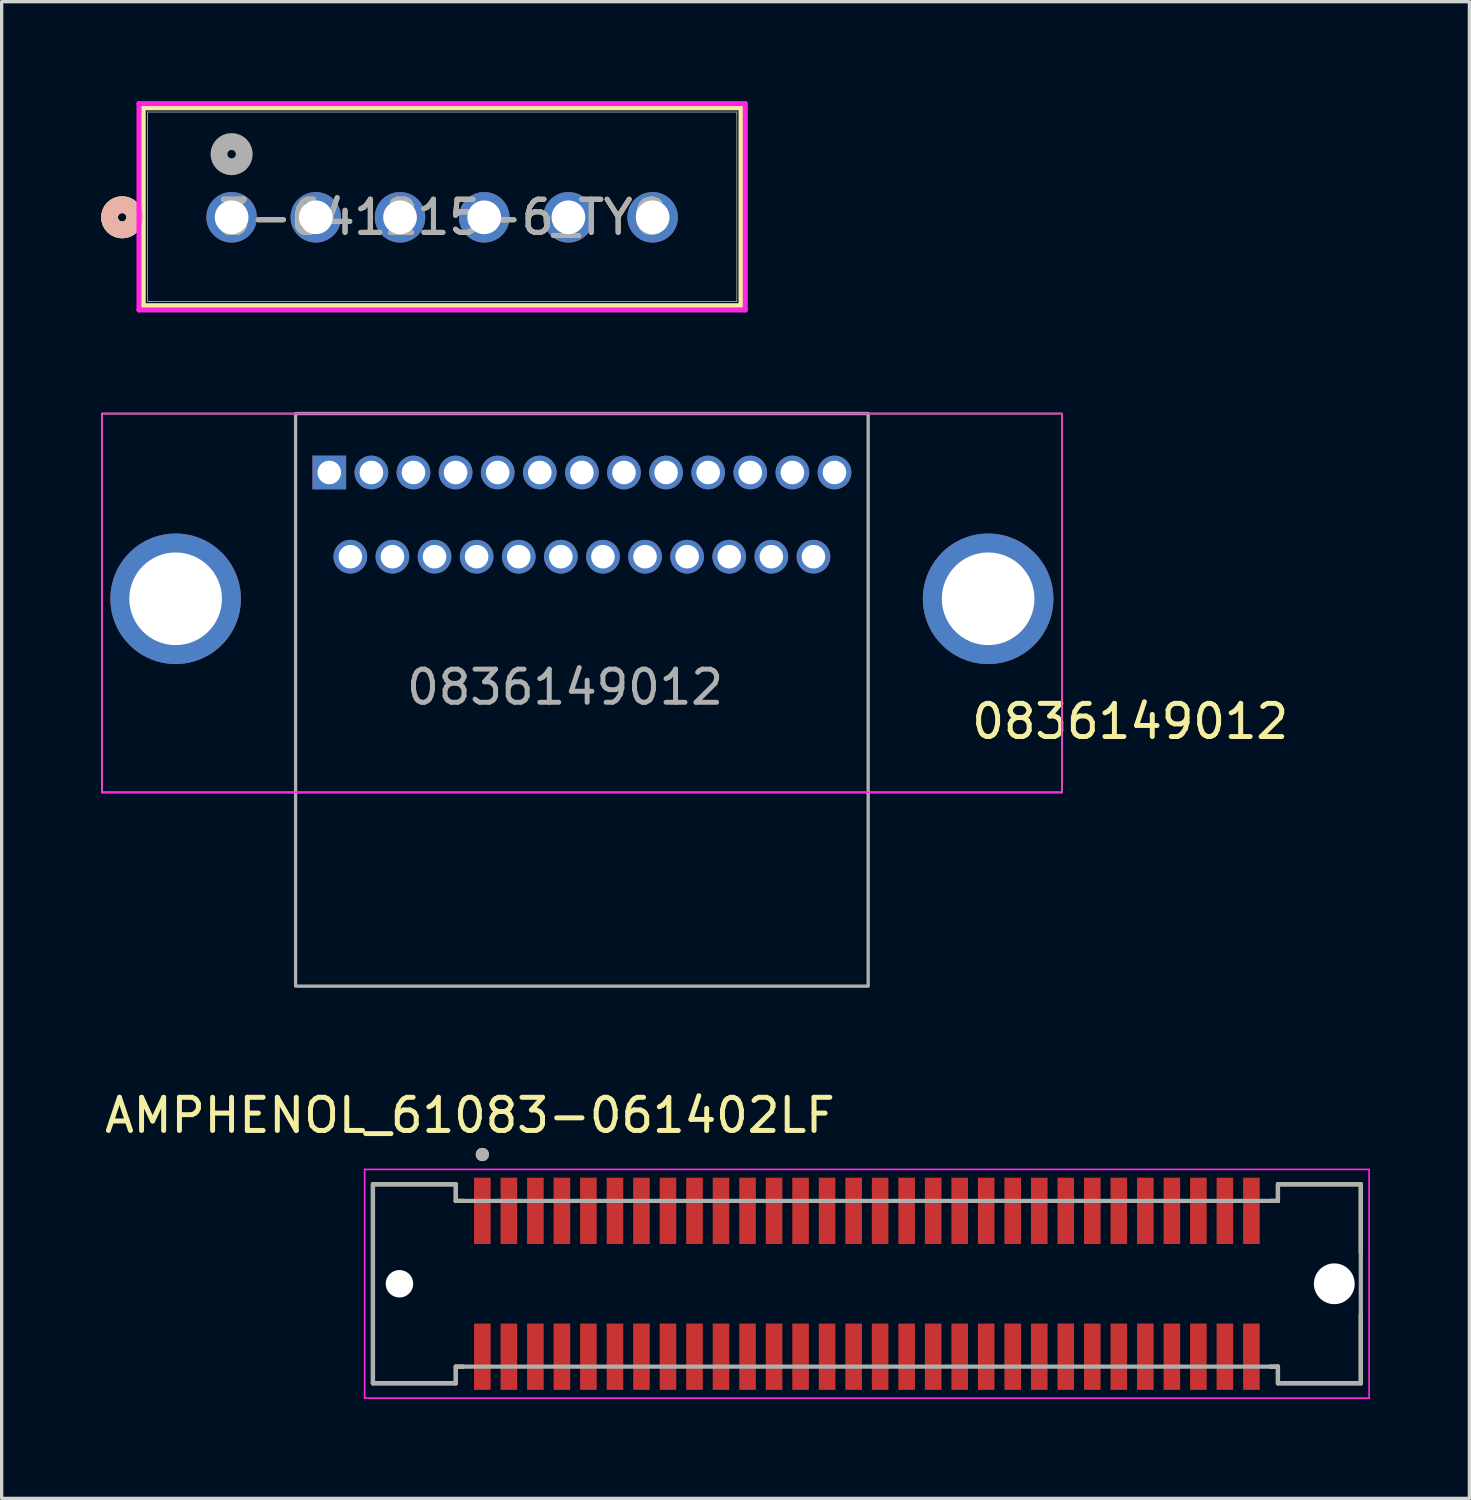
<source format=kicad_pcb>
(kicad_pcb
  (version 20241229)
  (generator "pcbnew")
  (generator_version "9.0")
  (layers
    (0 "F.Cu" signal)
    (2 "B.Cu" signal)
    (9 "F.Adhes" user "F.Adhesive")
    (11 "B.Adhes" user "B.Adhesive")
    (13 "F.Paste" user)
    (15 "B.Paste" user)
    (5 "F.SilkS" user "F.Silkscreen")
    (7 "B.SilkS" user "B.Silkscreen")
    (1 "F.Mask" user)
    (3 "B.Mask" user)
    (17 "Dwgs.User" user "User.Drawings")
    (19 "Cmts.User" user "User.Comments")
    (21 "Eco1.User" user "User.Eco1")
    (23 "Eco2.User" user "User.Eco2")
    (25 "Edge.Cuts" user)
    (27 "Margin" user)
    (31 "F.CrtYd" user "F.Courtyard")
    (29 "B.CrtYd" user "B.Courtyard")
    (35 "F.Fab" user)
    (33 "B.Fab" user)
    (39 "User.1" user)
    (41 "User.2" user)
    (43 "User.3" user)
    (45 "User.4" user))
  (footprint "AMPHENOL_61083-061402LF"
    (layer "F.Cu")
    (at 23.1 35.676)
    (property "Reference" "AMPHENOL_61083-061402LF" (at -11.975 -5.08 0) (layer "F.SilkS") (effects (font (size 1 1) (thickness 0.15))))
    (attr smd)
    (fp_line (start -14.9 -3) (end -14.9 3) (stroke (width 0.127) (type solid)) (layer "F.SilkS"))
    (fp_line (start -14.9 3) (end -12.4 3) (stroke (width 0.127) (type solid)) (layer "F.SilkS"))
    (fp_line (start -12.4 -3) (end -14.9 -3) (stroke (width 0.127) (type solid)) (layer "F.SilkS"))
    (fp_line (start -12.4 -2.5) (end -12.4 -3) (stroke (width 0.127) (type solid)) (layer "F.SilkS"))
    (fp_line (start -12.4 2.5) (end -12.17 2.5) (stroke (width 0.127) (type solid)) (layer "F.SilkS"))
    (fp_line (start -12.4 3) (end -12.4 2.5) (stroke (width 0.127) (type solid)) (layer "F.SilkS"))
    (fp_line (start -12.17 -2.5) (end -12.4 -2.5) (stroke (width 0.127) (type solid)) (layer "F.SilkS"))
    (fp_line (start 12.17 2.5) (end 12.4 2.5) (stroke (width 0.127) (type solid)) (layer "F.SilkS"))
    (fp_line (start 12.4 -3) (end 12.4 -2.5) (stroke (width 0.127) (type solid)) (layer "F.SilkS"))
    (fp_line (start 12.4 -2.5) (end 12.17 -2.5) (stroke (width 0.127) (type solid)) (layer "F.SilkS"))
    (fp_line (start 12.4 2.5) (end 12.4 3) (stroke (width 0.127) (type solid)) (layer "F.SilkS"))
    (fp_line (start 12.4 3) (end 14.9 3) (stroke (width 0.127) (type solid)) (layer "F.SilkS"))
    (fp_line (start 14.9 -3) (end 12.4 -3) (stroke (width 0.127) (type solid)) (layer "F.SilkS"))
    (fp_line (start 14.9 -0.935) (end 14.9 -3) (stroke (width 0.127) (type solid)) (layer "F.SilkS"))
    (fp_line (start 14.9 3) (end 14.9 0.935) (stroke (width 0.127) (type solid)) (layer "F.SilkS"))
    (fp_circle (center -11.6 -3.9) (end -11.5 -3.9) (stroke (width 0.2) (type solid)) (fill no) (layer "F.SilkS"))
    (fp_line (start -15.15 -3.45) (end -15.15 3.45) (stroke (width 0.05) (type solid)) (layer "F.CrtYd"))
    (fp_line (start -15.15 3.45) (end 15.15 3.45) (stroke (width 0.05) (type solid)) (layer "F.CrtYd"))
    (fp_line (start 15.15 -3.45) (end -15.15 -3.45) (stroke (width 0.05) (type solid)) (layer "F.CrtYd"))
    (fp_line (start 15.15 3.45) (end 15.15 -3.45) (stroke (width 0.05) (type solid)) (layer "F.CrtYd"))
    (fp_line (start -14.9 -3) (end -14.9 3) (stroke (width 0.127) (type solid)) (layer "F.Fab"))
    (fp_line (start -14.9 3) (end -12.4 3) (stroke (width 0.127) (type solid)) (layer "F.Fab"))
    (fp_line (start -12.4 -3) (end -14.9 -3) (stroke (width 0.127) (type solid)) (layer "F.Fab"))
    (fp_line (start -12.4 -2.5) (end -12.4 -3) (stroke (width 0.127) (type solid)) (layer "F.Fab"))
    (fp_line (start -12.4 2.5) (end 12.4 2.5) (stroke (width 0.127) (type solid)) (layer "F.Fab"))
    (fp_line (start -12.4 3) (end -12.4 2.5) (stroke (width 0.127) (type solid)) (layer "F.Fab"))
    (fp_line (start 12.4 -3) (end 12.4 -2.5) (stroke (width 0.127) (type solid)) (layer "F.Fab"))
    (fp_line (start 12.4 -2.5) (end -12.4 -2.5) (stroke (width 0.127) (type solid)) (layer "F.Fab"))
    (fp_line (start 12.4 2.5) (end 12.4 3) (stroke (width 0.127) (type solid)) (layer "F.Fab"))
    (fp_line (start 12.4 3) (end 14.9 3) (stroke (width 0.127) (type solid)) (layer "F.Fab"))
    (fp_line (start 14.9 -3) (end 12.4 -3) (stroke (width 0.127) (type solid)) (layer "F.Fab"))
    (fp_line (start 14.9 3) (end 14.9 -3) (stroke (width 0.127) (type solid)) (layer "F.Fab"))
    (fp_circle (center -11.6 -3.9) (end -11.5 -3.9) (stroke (width 0.2) (type solid)) (fill no) (layer "F.Fab"))
    (pad "" np_thru_hole circle (at -14.1 0) (size 0.83 0.83) (drill 0.83) (layers "*.Cu" "*.Mask"))
    (pad "" np_thru_hole circle (at 14.1 0) (size 1.23 1.23) (drill 1.23) (layers "*.Cu" "*.Mask"))
    (pad "1" smd rect (at -11.6 -2.2) (size 0.5 2) (layers "F.Cu" "F.Mask" "F.Paste"))
    (pad "2" smd rect (at -11.6 2.2) (size 0.5 2) (layers "F.Cu" "F.Mask" "F.Paste"))
    (pad "3" smd rect (at -10.8 -2.2) (size 0.5 2) (layers "F.Cu" "F.Mask" "F.Paste"))
    (pad "4" smd rect (at -10.8 2.2) (size 0.5 2) (layers "F.Cu" "F.Mask" "F.Paste"))
    (pad "5" smd rect (at -10 -2.2) (size 0.5 2) (layers "F.Cu" "F.Mask" "F.Paste"))
    (pad "6" smd rect (at -10 2.2) (size 0.5 2) (layers "F.Cu" "F.Mask" "F.Paste"))
    (pad "7" smd rect (at -9.2 -2.2) (size 0.5 2) (layers "F.Cu" "F.Mask" "F.Paste"))
    (pad "8" smd rect (at -9.2 2.2) (size 0.5 2) (layers "F.Cu" "F.Mask" "F.Paste"))
    (pad "9" smd rect (at -8.4 -2.2) (size 0.5 2) (layers "F.Cu" "F.Mask" "F.Paste"))
    (pad "10" smd rect (at -8.4 2.2) (size 0.5 2) (layers "F.Cu" "F.Mask" "F.Paste"))
    (pad "11" smd rect (at -7.6 -2.2) (size 0.5 2) (layers "F.Cu" "F.Mask" "F.Paste"))
    (pad "12" smd rect (at -7.6 2.2) (size 0.5 2) (layers "F.Cu" "F.Mask" "F.Paste"))
    (pad "13" smd rect (at -6.8 -2.2) (size 0.5 2) (layers "F.Cu" "F.Mask" "F.Paste"))
    (pad "14" smd rect (at -6.8 2.2) (size 0.5 2) (layers "F.Cu" "F.Mask" "F.Paste"))
    (pad "15" smd rect (at -6 -2.2) (size 0.5 2) (layers "F.Cu" "F.Mask" "F.Paste"))
    (pad "16" smd rect (at -6 2.2) (size 0.5 2) (layers "F.Cu" "F.Mask" "F.Paste"))
    (pad "17" smd rect (at -5.2 -2.2) (size 0.5 2) (layers "F.Cu" "F.Mask" "F.Paste"))
    (pad "18" smd rect (at -5.2 2.2) (size 0.5 2) (layers "F.Cu" "F.Mask" "F.Paste"))
    (pad "19" smd rect (at -4.4 -2.2) (size 0.5 2) (layers "F.Cu" "F.Mask" "F.Paste"))
    (pad "20" smd rect (at -4.4 2.2) (size 0.5 2) (layers "F.Cu" "F.Mask" "F.Paste"))
    (pad "21" smd rect (at -3.6 -2.2) (size 0.5 2) (layers "F.Cu" "F.Mask" "F.Paste"))
    (pad "22" smd rect (at -3.6 2.2) (size 0.5 2) (layers "F.Cu" "F.Mask" "F.Paste"))
    (pad "23" smd rect (at -2.8 -2.2) (size 0.5 2) (layers "F.Cu" "F.Mask" "F.Paste"))
    (pad "24" smd rect (at -2.8 2.2) (size 0.5 2) (layers "F.Cu" "F.Mask" "F.Paste"))
    (pad "25" smd rect (at -2 -2.2) (size 0.5 2) (layers "F.Cu" "F.Mask" "F.Paste"))
    (pad "26" smd rect (at -2 2.2) (size 0.5 2) (layers "F.Cu" "F.Mask" "F.Paste"))
    (pad "27" smd rect (at -1.2 -2.2) (size 0.5 2) (layers "F.Cu" "F.Mask" "F.Paste"))
    (pad "28" smd rect (at -1.2 2.2) (size 0.5 2) (layers "F.Cu" "F.Mask" "F.Paste"))
    (pad "29" smd rect (at -0.4 -2.2) (size 0.5 2) (layers "F.Cu" "F.Mask" "F.Paste"))
    (pad "30" smd rect (at -0.4 2.2) (size 0.5 2) (layers "F.Cu" "F.Mask" "F.Paste"))
    (pad "31" smd rect (at 0.4 -2.2) (size 0.5 2) (layers "F.Cu" "F.Mask" "F.Paste"))
    (pad "32" smd rect (at 0.4 2.2) (size 0.5 2) (layers "F.Cu" "F.Mask" "F.Paste"))
    (pad "33" smd rect (at 1.2 -2.2) (size 0.5 2) (layers "F.Cu" "F.Mask" "F.Paste"))
    (pad "34" smd rect (at 1.2 2.2) (size 0.5 2) (layers "F.Cu" "F.Mask" "F.Paste"))
    (pad "35" smd rect (at 2 -2.2) (size 0.5 2) (layers "F.Cu" "F.Mask" "F.Paste"))
    (pad "36" smd rect (at 2 2.2) (size 0.5 2) (layers "F.Cu" "F.Mask" "F.Paste"))
    (pad "37" smd rect (at 2.8 -2.2) (size 0.5 2) (layers "F.Cu" "F.Mask" "F.Paste"))
    (pad "38" smd rect (at 2.8 2.2) (size 0.5 2) (layers "F.Cu" "F.Mask" "F.Paste"))
    (pad "39" smd rect (at 3.6 -2.2) (size 0.5 2) (layers "F.Cu" "F.Mask" "F.Paste"))
    (pad "40" smd rect (at 3.6 2.2) (size 0.5 2) (layers "F.Cu" "F.Mask" "F.Paste"))
    (pad "41" smd rect (at 4.4 -2.2) (size 0.5 2) (layers "F.Cu" "F.Mask" "F.Paste"))
    (pad "42" smd rect (at 4.4 2.2) (size 0.5 2) (layers "F.Cu" "F.Mask" "F.Paste"))
    (pad "43" smd rect (at 5.2 -2.2) (size 0.5 2) (layers "F.Cu" "F.Mask" "F.Paste"))
    (pad "44" smd rect (at 5.2 2.2) (size 0.5 2) (layers "F.Cu" "F.Mask" "F.Paste"))
    (pad "45" smd rect (at 6 -2.2) (size 0.5 2) (layers "F.Cu" "F.Mask" "F.Paste"))
    (pad "46" smd rect (at 6 2.2) (size 0.5 2) (layers "F.Cu" "F.Mask" "F.Paste"))
    (pad "47" smd rect (at 6.8 -2.2) (size 0.5 2) (layers "F.Cu" "F.Mask" "F.Paste"))
    (pad "48" smd rect (at 6.8 2.2) (size 0.5 2) (layers "F.Cu" "F.Mask" "F.Paste"))
    (pad "49" smd rect (at 7.6 -2.2) (size 0.5 2) (layers "F.Cu" "F.Mask" "F.Paste"))
    (pad "50" smd rect (at 7.6 2.2) (size 0.5 2) (layers "F.Cu" "F.Mask" "F.Paste"))
    (pad "51" smd rect (at 8.4 -2.2) (size 0.5 2) (layers "F.Cu" "F.Mask" "F.Paste"))
    (pad "52" smd rect (at 8.4 2.2) (size 0.5 2) (layers "F.Cu" "F.Mask" "F.Paste"))
    (pad "53" smd rect (at 9.2 -2.2) (size 0.5 2) (layers "F.Cu" "F.Mask" "F.Paste"))
    (pad "54" smd rect (at 9.2 2.2) (size 0.5 2) (layers "F.Cu" "F.Mask" "F.Paste"))
    (pad "55" smd rect (at 10 -2.2) (size 0.5 2) (layers "F.Cu" "F.Mask" "F.Paste"))
    (pad "56" smd rect (at 10 2.2) (size 0.5 2) (layers "F.Cu" "F.Mask" "F.Paste"))
    (pad "57" smd rect (at 10.8 -2.2) (size 0.5 2) (layers "F.Cu" "F.Mask" "F.Paste"))
    (pad "58" smd rect (at 10.8 2.2) (size 0.5 2) (layers "F.Cu" "F.Mask" "F.Paste"))
    (pad "59" smd rect (at 11.6 -2.2) (size 0.5 2) (layers "F.Cu" "F.Mask" "F.Paste"))
    (pad "60" smd rect (at 11.6 2.2) (size 0.5 2) (layers "F.Cu" "F.Mask" "F.Paste")))
  (footprint "0836149012"
    (layer "F.Cu")
    (at 14.503 11.203)
    (property "Reference" "0836149012" (at 16.54 7.51 180) (layer "F.SilkS") (effects (font (size 1 1) (thickness 0.15))))
    (attr through_hole)
    (fp_rect (start -14.478 -1.778) (end 14.478 9.652) (stroke (width 0.05) (type default)) (fill no) (layer "F.SilkS"))
    (fp_rect (start -14.478 -1.778) (end 14.478 9.652) (stroke (width 0.05) (type default)) (fill no) (layer "F.CrtYd"))
    (fp_rect (start -8.636 -1.778) (end 8.636 15.494) (stroke (width 0.1) (type solid)) (fill no) (layer "F.Fab"))
    (fp_text user "${REFERENCE}" (at -0.508 6.477 180) (layer "F.Fab") (effects (font (size 1 1) (thickness 0.15))))
    (pad "1" thru_hole rect (at -7.62 0 180) (size 1.016 1.016) (drill 0.711) (layers "*.Cu" "*.Mask"))
    (pad "2" thru_hole circle (at -6.35 0) (size 1.016 1.016) (drill 0.711) (layers "*.Cu" "*.Mask"))
    (pad "3" thru_hole circle (at -5.08 0) (size 1.016 1.016) (drill 0.711) (layers "*.Cu" "*.Mask"))
    (pad "4" thru_hole circle (at -3.81 0) (size 1.016 1.016) (drill 0.711) (layers "*.Cu" "*.Mask"))
    (pad "5" thru_hole circle (at -2.54 0) (size 1.016 1.016) (drill 0.711) (layers "*.Cu" "*.Mask"))
    (pad "6" thru_hole circle (at -1.27 0) (size 1.016 1.016) (drill 0.711) (layers "*.Cu" "*.Mask"))
    (pad "7" thru_hole circle (at 0 0) (size 1.016 1.016) (drill 0.711) (layers "*.Cu" "*.Mask"))
    (pad "8" thru_hole circle (at 1.27 0) (size 1.016 1.016) (drill 0.711) (layers "*.Cu" "*.Mask"))
    (pad "9" thru_hole circle (at 2.54 0) (size 1.016 1.016) (drill 0.711) (layers "*.Cu" "*.Mask"))
    (pad "10" thru_hole circle (at 3.81 0) (size 1.016 1.016) (drill 0.711) (layers "*.Cu" "*.Mask"))
    (pad "11" thru_hole circle (at 5.08 0) (size 1.016 1.016) (drill 0.711) (layers "*.Cu" "*.Mask"))
    (pad "12" thru_hole circle (at 6.35 0) (size 1.016 1.016) (drill 0.711) (layers "*.Cu" "*.Mask"))
    (pad "13" thru_hole circle (at 7.62 0) (size 1.016 1.016) (drill 0.711) (layers "*.Cu" "*.Mask"))
    (pad "14" thru_hole circle (at -6.985 2.54) (size 1.016 1.016) (drill 0.711) (layers "*.Cu" "*.Mask"))
    (pad "15" thru_hole circle (at -5.715 2.54) (size 1.016 1.016) (drill 0.711) (layers "*.Cu" "*.Mask"))
    (pad "16" thru_hole circle (at -4.445 2.54) (size 1.016 1.016) (drill 0.711) (layers "*.Cu" "*.Mask"))
    (pad "17" thru_hole circle (at -3.175 2.54) (size 1.016 1.016) (drill 0.711) (layers "*.Cu" "*.Mask"))
    (pad "18" thru_hole circle (at -1.905 2.54) (size 1.016 1.016) (drill 0.711) (layers "*.Cu" "*.Mask"))
    (pad "19" thru_hole circle (at -0.635 2.54) (size 1.016 1.016) (drill 0.711) (layers "*.Cu" "*.Mask"))
    (pad "20" thru_hole circle (at 0.635 2.54) (size 1.016 1.016) (drill 0.711) (layers "*.Cu" "*.Mask"))
    (pad "21" thru_hole circle (at 1.905 2.54) (size 1.016 1.016) (drill 0.711) (layers "*.Cu" "*.Mask"))
    (pad "22" thru_hole circle (at 3.175 2.54) (size 1.016 1.016) (drill 0.711) (layers "*.Cu" "*.Mask"))
    (pad "23" thru_hole circle (at 4.445 2.54) (size 1.016 1.016) (drill 0.711) (layers "*.Cu" "*.Mask"))
    (pad "24" thru_hole circle (at 5.715 2.54) (size 1.016 1.016) (drill 0.711) (layers "*.Cu" "*.Mask"))
    (pad "25" thru_hole circle (at 6.985 2.54) (size 1.016 1.016) (drill 0.711) (layers "*.Cu" "*.Mask"))
    (pad "26" thru_hole circle (at 12.255 3.81 180) (size 3.937 3.937) (drill 2.794) (layers "*.Cu" "*.Mask"))
    (pad "27" thru_hole circle (at -12.255 3.81 180) (size 3.937 3.937) (drill 2.794) (layers "*.Cu" "*.Mask")))
  (footprint "3-641215-6_TYC"
    (layer "F.Cu")
    (at 3.937 3.505)
    (property "Reference" "3-641215-6_TYC" (at 6.35 0 0) (unlocked yes) (layer "F.SilkS") (effects (font (size 1 1) (thickness 0.15))))
    (attr through_hole)
    (fp_line (start -2.667 -3.302) (end -2.667 2.667) (stroke (width 0.152) (type solid)) (layer "F.SilkS"))
    (fp_line (start -2.667 2.667) (end 15.367 2.667) (stroke (width 0.152) (type solid)) (layer "F.SilkS"))
    (fp_line (start 15.367 -3.302) (end -2.667 -3.302) (stroke (width 0.152) (type solid)) (layer "F.SilkS"))
    (fp_line (start 15.367 2.667) (end 15.367 -3.302) (stroke (width 0.152) (type solid)) (layer "F.SilkS"))
    (fp_circle (center -3.302 0) (end -2.921 0) (stroke (width 0.508) (type solid)) (fill no) (layer "F.SilkS"))
    (fp_circle (center -3.302 0) (end -2.921 0) (stroke (width 0.508) (type solid)) (fill no) (layer "B.SilkS"))
    (fp_line (start -2.794 -3.429) (end -2.794 2.794) (stroke (width 0.152) (type solid)) (layer "F.CrtYd"))
    (fp_line (start -2.794 2.794) (end 15.494 2.794) (stroke (width 0.152) (type solid)) (layer "F.CrtYd"))
    (fp_line (start 15.494 -3.429) (end -2.794 -3.429) (stroke (width 0.152) (type solid)) (layer "F.CrtYd"))
    (fp_line (start 15.494 2.794) (end 15.494 -3.429) (stroke (width 0.152) (type solid)) (layer "F.CrtYd"))
    (fp_line (start -2.54 -3.175) (end -2.54 2.54) (stroke (width 0.025) (type solid)) (layer "F.Fab"))
    (fp_line (start -2.54 2.54) (end 15.24 2.54) (stroke (width 0.025) (type solid)) (layer "F.Fab"))
    (fp_line (start 15.24 -3.175) (end -2.54 -3.175) (stroke (width 0.025) (type solid)) (layer "F.Fab"))
    (fp_line (start 15.24 2.54) (end 15.24 -3.175) (stroke (width 0.025) (type solid)) (layer "F.Fab"))
    (fp_circle (center 0 -1.905) (end 0.381 -1.905) (stroke (width 0.508) (type solid)) (fill no) (layer "F.Fab"))
    (fp_text user "${REFERENCE}" (at 6.35 0 0) (unlocked yes) (layer "F.Fab") (effects (font (size 1 1) (thickness 0.15))))
    (pad "1" thru_hole circle (at 0 0) (size 1.524 1.524) (drill 1.016) (layers "*.Cu" "*.Mask"))
    (pad "2" thru_hole circle (at 2.54 0) (size 1.524 1.524) (drill 1.016) (layers "*.Cu" "*.Mask"))
    (pad "3" thru_hole circle (at 5.08 0) (size 1.524 1.524) (drill 1.016) (layers "*.Cu" "*.Mask"))
    (pad "4" thru_hole circle (at 7.62 0) (size 1.524 1.524) (drill 1.016) (layers "*.Cu" "*.Mask"))
    (pad "5" thru_hole circle (at 10.16 0) (size 1.524 1.524) (drill 1.016) (layers "*.Cu" "*.Mask"))
    (pad "6" thru_hole circle (at 12.7 0) (size 1.524 1.524) (drill 1.016) (layers "*.Cu" "*.Mask")))
  (gr_rect
    (start -3 -3)
    (end 41.275 42.151)
    (stroke (width 0.1) (type default))
    (fill no)
    (layer "Edge.Cuts")))
</source>
